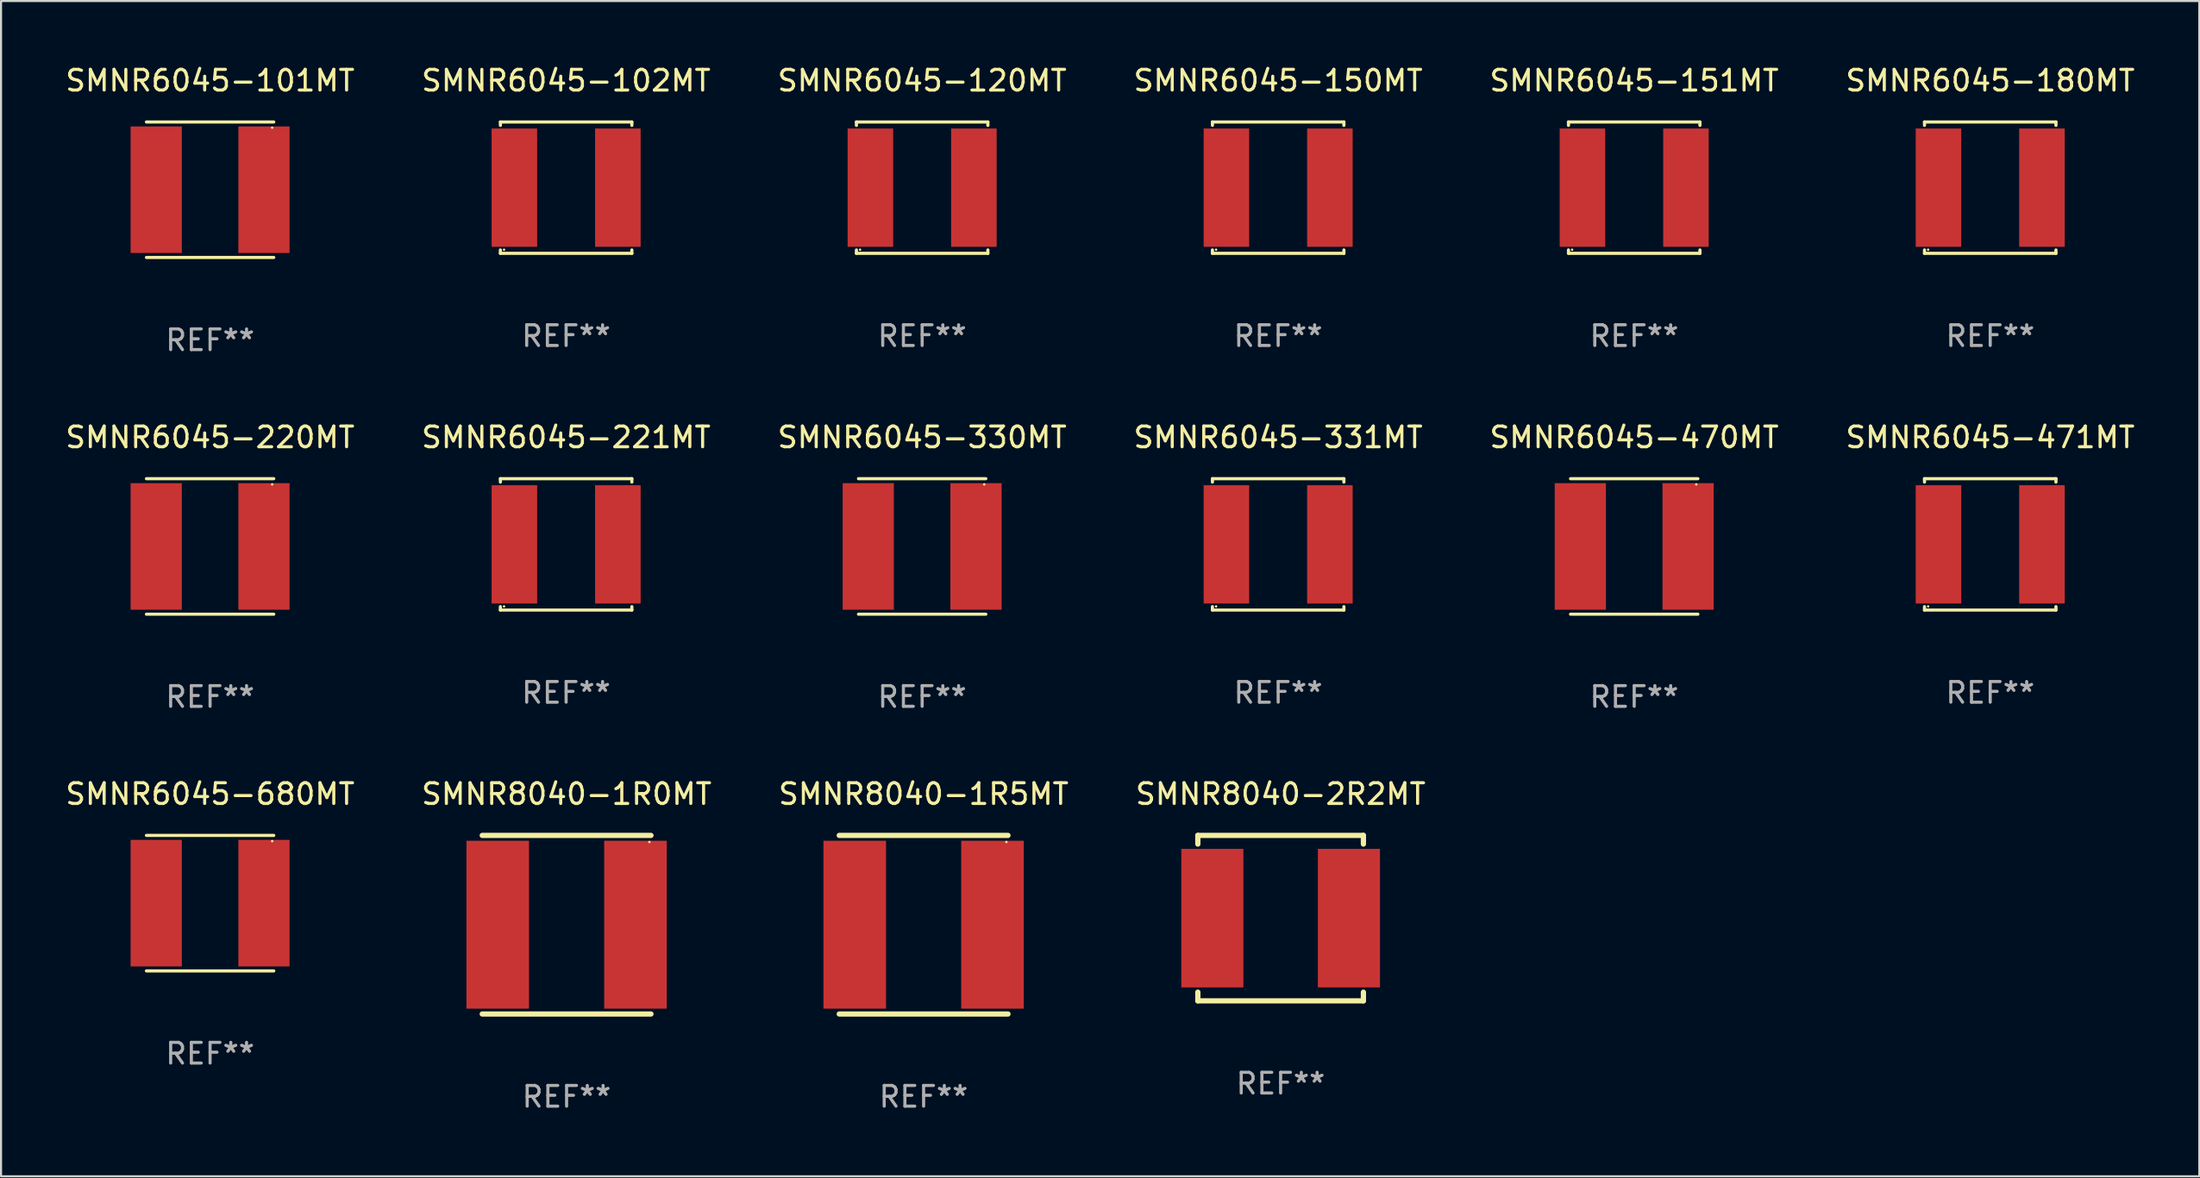
<source format=kicad_pcb>
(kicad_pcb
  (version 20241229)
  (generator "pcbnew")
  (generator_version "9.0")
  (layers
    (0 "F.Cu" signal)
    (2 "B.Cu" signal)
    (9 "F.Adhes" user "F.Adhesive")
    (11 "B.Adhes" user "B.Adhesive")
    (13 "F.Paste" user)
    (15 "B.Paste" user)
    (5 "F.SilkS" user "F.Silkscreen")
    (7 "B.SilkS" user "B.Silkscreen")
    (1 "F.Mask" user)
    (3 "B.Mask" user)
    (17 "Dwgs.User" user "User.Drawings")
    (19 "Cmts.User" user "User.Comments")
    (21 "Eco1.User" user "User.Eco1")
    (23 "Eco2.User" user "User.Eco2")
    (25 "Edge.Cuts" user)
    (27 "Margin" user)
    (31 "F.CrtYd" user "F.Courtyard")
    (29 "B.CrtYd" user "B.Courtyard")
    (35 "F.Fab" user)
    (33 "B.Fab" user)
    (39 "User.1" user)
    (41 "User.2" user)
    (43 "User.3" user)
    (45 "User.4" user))
  (footprint "SMNR6045-102MT"
    (layer "F.Cu")
    (at 24.304 6.024)
    (property "Reference" "SMNR6045-102MT" (at 0 -5.176 0) (layer "F.SilkS") (effects (font (size 1 1) (thickness 0.15))))
    (attr through_hole)
    (fp_line (start -3.176 -3.176) (end 3.176 -3.176) (stroke (width 0.152) (type solid)) (layer "F.SilkS"))
    (fp_line (start -3.176 -3.012) (end -3.176 -3.176) (stroke (width 0.152) (type solid)) (layer "F.SilkS"))
    (fp_line (start -3.176 3.012) (end -3.176 3.176) (stroke (width 0.152) (type solid)) (layer "F.SilkS"))
    (fp_line (start -3.176 3.176) (end 3.176 3.176) (stroke (width 0.152) (type solid)) (layer "F.SilkS"))
    (fp_line (start 3.176 -3.176) (end 3.176 -3.012) (stroke (width 0.152) (type solid)) (layer "F.SilkS"))
    (fp_line (start 3.176 3.176) (end 3.176 3.012) (stroke (width 0.152) (type solid)) (layer "F.SilkS"))
    (fp_circle (center -3 3) (end -2.97 3) (stroke (width 0.06) (type solid)) (fill no) (layer "F.SilkS"))
    (fp_text user "REF**" (at 0 7.176 0) (layer "F.Fab") (effects (font (size 1 1) (thickness 0.15))))
    (pad "1" smd rect (at -2.5 0) (size 2.2 5.72) (layers "F.Cu" "F.Mask" "F.Paste"))
    (pad "2" smd rect (at 2.5 0) (size 2.2 5.72) (layers "F.Cu" "F.Mask" "F.Paste")))
  (footprint "SMNR6045-471MT"
    (layer "F.Cu")
    (at 93.113 23.273)
    (property "Reference" "SMNR6045-471MT" (at 0 -5.176 0) (layer "F.SilkS") (effects (font (size 1 1) (thickness 0.15))))
    (attr through_hole)
    (fp_line (start -3.176 -3.176) (end 3.176 -3.176) (stroke (width 0.152) (type solid)) (layer "F.SilkS"))
    (fp_line (start -3.176 -3.012) (end -3.176 -3.176) (stroke (width 0.152) (type solid)) (layer "F.SilkS"))
    (fp_line (start -3.176 3.012) (end -3.176 3.176) (stroke (width 0.152) (type solid)) (layer "F.SilkS"))
    (fp_line (start -3.176 3.176) (end 3.176 3.176) (stroke (width 0.152) (type solid)) (layer "F.SilkS"))
    (fp_line (start 3.176 -3.176) (end 3.176 -3.012) (stroke (width 0.152) (type solid)) (layer "F.SilkS"))
    (fp_line (start 3.176 3.176) (end 3.176 3.012) (stroke (width 0.152) (type solid)) (layer "F.SilkS"))
    (fp_circle (center -3 3) (end -2.97 3) (stroke (width 0.06) (type solid)) (fill no) (layer "F.SilkS"))
    (fp_text user "REF**" (at 0 7.176 0) (layer "F.Fab") (effects (font (size 1 1) (thickness 0.15))))
    (pad "1" smd rect (at -2.5 0) (size 2.2 5.72) (layers "F.Cu" "F.Mask" "F.Paste"))
    (pad "2" smd rect (at 2.5 0) (size 2.2 5.72) (layers "F.Cu" "F.Mask" "F.Paste")))
  (footprint "SMNR8040-2R2MT"
    (layer "F.Cu")
    (at 58.827 41.346)
    (property "Reference" "SMNR8040-2R2MT" (at 0 -6 0) (layer "F.SilkS") (effects (font (size 1 1) (thickness 0.15))))
    (attr through_hole)
    (fp_line (start -4 -4) (end 4 -4) (stroke (width 0.254) (type solid)) (layer "F.SilkS"))
    (fp_line (start -4 -3.581) (end -4 -4) (stroke (width 0.254) (type solid)) (layer "F.SilkS"))
    (fp_line (start -4 4) (end -4 3.581) (stroke (width 0.254) (type solid)) (layer "F.SilkS"))
    (fp_line (start 4 -4) (end 4 -3.581) (stroke (width 0.254) (type solid)) (layer "F.SilkS"))
    (fp_line (start 4 3.581) (end 4 4) (stroke (width 0.254) (type solid)) (layer "F.SilkS"))
    (fp_line (start 4 4) (end -4 4) (stroke (width 0.254) (type solid)) (layer "F.SilkS"))
    (fp_circle (center -4 4) (end -3.97 4) (stroke (width 0.06) (type solid)) (fill no) (layer "F.SilkS"))
    (fp_text user "REF**" (at 0 8 0) (layer "F.Fab") (effects (font (size 1 1) (thickness 0.15))))
    (pad "1" smd rect (at -3.3 0) (size 3 6.7) (layers "F.Cu" "F.Mask" "F.Paste"))
    (pad "2" smd rect (at 3.3 0) (size 3 6.7) (layers "F.Cu" "F.Mask" "F.Paste")))
  (footprint "SMNR6045-120MT"
    (layer "F.Cu")
    (at 41.506 6.024)
    (property "Reference" "SMNR6045-120MT" (at 0 -5.176 0) (layer "F.SilkS") (effects (font (size 1 1) (thickness 0.15))))
    (attr through_hole)
    (fp_line (start -3.176 -3.176) (end 3.176 -3.176) (stroke (width 0.152) (type solid)) (layer "F.SilkS"))
    (fp_line (start -3.176 -3.012) (end -3.176 -3.176) (stroke (width 0.152) (type solid)) (layer "F.SilkS"))
    (fp_line (start -3.176 3.012) (end -3.176 3.176) (stroke (width 0.152) (type solid)) (layer "F.SilkS"))
    (fp_line (start -3.176 3.176) (end 3.176 3.176) (stroke (width 0.152) (type solid)) (layer "F.SilkS"))
    (fp_line (start 3.176 -3.176) (end 3.176 -3.012) (stroke (width 0.152) (type solid)) (layer "F.SilkS"))
    (fp_line (start 3.176 3.176) (end 3.176 3.012) (stroke (width 0.152) (type solid)) (layer "F.SilkS"))
    (fp_circle (center -3 3) (end -2.97 3) (stroke (width 0.06) (type solid)) (fill no) (layer "F.SilkS"))
    (fp_text user "REF**" (at 0 7.176 0) (layer "F.Fab") (effects (font (size 1 1) (thickness 0.15))))
    (pad "1" smd rect (at -2.5 0) (size 2.2 5.72) (layers "F.Cu" "F.Mask" "F.Paste"))
    (pad "2" smd rect (at 2.5 0) (size 2.2 5.72) (layers "F.Cu" "F.Mask" "F.Paste")))
  (footprint "SMNR6045-331MT"
    (layer "F.Cu")
    (at 58.708 23.273)
    (property "Reference" "SMNR6045-331MT" (at 0 -5.176 0) (layer "F.SilkS") (effects (font (size 1 1) (thickness 0.15))))
    (attr through_hole)
    (fp_line (start -3.176 -3.176) (end 3.176 -3.176) (stroke (width 0.152) (type solid)) (layer "F.SilkS"))
    (fp_line (start -3.176 -3.012) (end -3.176 -3.176) (stroke (width 0.152) (type solid)) (layer "F.SilkS"))
    (fp_line (start -3.176 3.012) (end -3.176 3.176) (stroke (width 0.152) (type solid)) (layer "F.SilkS"))
    (fp_line (start -3.176 3.176) (end 3.176 3.176) (stroke (width 0.152) (type solid)) (layer "F.SilkS"))
    (fp_line (start 3.176 -3.176) (end 3.176 -3.012) (stroke (width 0.152) (type solid)) (layer "F.SilkS"))
    (fp_line (start 3.176 3.176) (end 3.176 3.012) (stroke (width 0.152) (type solid)) (layer "F.SilkS"))
    (fp_circle (center -3 3) (end -2.97 3) (stroke (width 0.06) (type solid)) (fill no) (layer "F.SilkS"))
    (fp_text user "REF**" (at 0 7.176 0) (layer "F.Fab") (effects (font (size 1 1) (thickness 0.15))))
    (pad "1" smd rect (at -2.5 0) (size 2.2 5.72) (layers "F.Cu" "F.Mask" "F.Paste"))
    (pad "2" smd rect (at 2.5 0) (size 2.2 5.72) (layers "F.Cu" "F.Mask" "F.Paste")))
  (footprint "SMNR6045-330MT"
    (layer "F.Cu")
    (at 41.506 23.373)
    (property "Reference" "SMNR6045-330MT" (at 0 -5.276 0) (layer "F.SilkS") (effects (font (size 1 1) (thickness 0.15))))
    (attr through_hole)
    (fp_line (start -3.076 -3.276) (end 3.076 -3.276) (stroke (width 0.152) (type solid)) (layer "F.SilkS"))
    (fp_line (start 3.076 3.276) (end -3.076 3.276) (stroke (width 0.152) (type solid)) (layer "F.SilkS"))
    (fp_circle (center 3 -3) (end 3.03 -3) (stroke (width 0.06) (type solid)) (fill no) (layer "F.SilkS"))
    (fp_text user "REF**" (at 0 7.276 0) (layer "F.Fab") (effects (font (size 1 1) (thickness 0.15))))
    (pad "1" smd rect (at 2.603 0) (size 2.474 6.12) (layers "F.Cu" "F.Mask" "F.Paste"))
    (pad "2" smd rect (at -2.603 0) (size 2.474 6.12) (layers "F.Cu" "F.Mask" "F.Paste")))
  (footprint "SMNR6045-180MT"
    (layer "F.Cu")
    (at 93.113 6.024)
    (property "Reference" "SMNR6045-180MT" (at 0 -5.176 0) (layer "F.SilkS") (effects (font (size 1 1) (thickness 0.15))))
    (attr through_hole)
    (fp_line (start -3.176 -3.176) (end 3.176 -3.176) (stroke (width 0.152) (type solid)) (layer "F.SilkS"))
    (fp_line (start -3.176 -3.012) (end -3.176 -3.176) (stroke (width 0.152) (type solid)) (layer "F.SilkS"))
    (fp_line (start -3.176 3.012) (end -3.176 3.176) (stroke (width 0.152) (type solid)) (layer "F.SilkS"))
    (fp_line (start -3.176 3.176) (end 3.176 3.176) (stroke (width 0.152) (type solid)) (layer "F.SilkS"))
    (fp_line (start 3.176 -3.176) (end 3.176 -3.012) (stroke (width 0.152) (type solid)) (layer "F.SilkS"))
    (fp_line (start 3.176 3.176) (end 3.176 3.012) (stroke (width 0.152) (type solid)) (layer "F.SilkS"))
    (fp_circle (center -3 3) (end -2.97 3) (stroke (width 0.06) (type solid)) (fill no) (layer "F.SilkS"))
    (fp_text user "REF**" (at 0 7.176 0) (layer "F.Fab") (effects (font (size 1 1) (thickness 0.15))))
    (pad "1" smd rect (at -2.5 0) (size 2.2 5.72) (layers "F.Cu" "F.Mask" "F.Paste"))
    (pad "2" smd rect (at 2.5 0) (size 2.2 5.72) (layers "F.Cu" "F.Mask" "F.Paste")))
  (footprint "SMNR6045-221MT"
    (layer "F.Cu")
    (at 24.304 23.273)
    (property "Reference" "SMNR6045-221MT" (at 0 -5.176 0) (layer "F.SilkS") (effects (font (size 1 1) (thickness 0.15))))
    (attr through_hole)
    (fp_line (start -3.176 -3.176) (end 3.176 -3.176) (stroke (width 0.152) (type solid)) (layer "F.SilkS"))
    (fp_line (start -3.176 -3.012) (end -3.176 -3.176) (stroke (width 0.152) (type solid)) (layer "F.SilkS"))
    (fp_line (start -3.176 3.012) (end -3.176 3.176) (stroke (width 0.152) (type solid)) (layer "F.SilkS"))
    (fp_line (start -3.176 3.176) (end 3.176 3.176) (stroke (width 0.152) (type solid)) (layer "F.SilkS"))
    (fp_line (start 3.176 -3.176) (end 3.176 -3.012) (stroke (width 0.152) (type solid)) (layer "F.SilkS"))
    (fp_line (start 3.176 3.176) (end 3.176 3.012) (stroke (width 0.152) (type solid)) (layer "F.SilkS"))
    (fp_circle (center -3 3) (end -2.97 3) (stroke (width 0.06) (type solid)) (fill no) (layer "F.SilkS"))
    (fp_text user "REF**" (at 0 7.176 0) (layer "F.Fab") (effects (font (size 1 1) (thickness 0.15))))
    (pad "1" smd rect (at -2.5 0) (size 2.2 5.72) (layers "F.Cu" "F.Mask" "F.Paste"))
    (pad "2" smd rect (at 2.5 0) (size 2.2 5.72) (layers "F.Cu" "F.Mask" "F.Paste")))
  (footprint "SMNR6045-680MT"
    (layer "F.Cu")
    (at 7.101 40.622)
    (property "Reference" "SMNR6045-680MT" (at 0 -5.276 0) (layer "F.SilkS") (effects (font (size 1 1) (thickness 0.15))))
    (attr through_hole)
    (fp_line (start -3.076 -3.276) (end 3.076 -3.276) (stroke (width 0.152) (type solid)) (layer "F.SilkS"))
    (fp_line (start 3.076 3.276) (end -3.076 3.276) (stroke (width 0.152) (type solid)) (layer "F.SilkS"))
    (fp_circle (center 3 -3) (end 3.03 -3) (stroke (width 0.06) (type solid)) (fill no) (layer "F.SilkS"))
    (fp_text user "REF**" (at 0 7.276 0) (layer "F.Fab") (effects (font (size 1 1) (thickness 0.15))))
    (pad "1" smd rect (at 2.603 0) (size 2.474 6.12) (layers "F.Cu" "F.Mask" "F.Paste"))
    (pad "2" smd rect (at -2.603 0) (size 2.474 6.12) (layers "F.Cu" "F.Mask" "F.Paste")))
  (footprint "SMNR6045-220MT"
    (layer "F.Cu")
    (at 7.101 23.373)
    (property "Reference" "SMNR6045-220MT" (at 0 -5.276 0) (layer "F.SilkS") (effects (font (size 1 1) (thickness 0.15))))
    (attr through_hole)
    (fp_line (start -3.076 -3.276) (end 3.076 -3.276) (stroke (width 0.152) (type solid)) (layer "F.SilkS"))
    (fp_line (start 3.076 3.276) (end -3.076 3.276) (stroke (width 0.152) (type solid)) (layer "F.SilkS"))
    (fp_circle (center 3 -3) (end 3.03 -3) (stroke (width 0.06) (type solid)) (fill no) (layer "F.SilkS"))
    (fp_text user "REF**" (at 0 7.276 0) (layer "F.Fab") (effects (font (size 1 1) (thickness 0.15))))
    (pad "1" smd rect (at 2.603 0) (size 2.474 6.12) (layers "F.Cu" "F.Mask" "F.Paste"))
    (pad "2" smd rect (at -2.603 0) (size 2.474 6.12) (layers "F.Cu" "F.Mask" "F.Paste")))
  (footprint "SMNR6045-470MT"
    (layer "F.Cu")
    (at 75.911 23.373)
    (property "Reference" "SMNR6045-470MT" (at 0 -5.276 0) (layer "F.SilkS") (effects (font (size 1 1) (thickness 0.15))))
    (attr through_hole)
    (fp_line (start -3.076 -3.276) (end 3.076 -3.276) (stroke (width 0.152) (type solid)) (layer "F.SilkS"))
    (fp_line (start 3.076 3.276) (end -3.076 3.276) (stroke (width 0.152) (type solid)) (layer "F.SilkS"))
    (fp_circle (center 3 -3) (end 3.03 -3) (stroke (width 0.06) (type solid)) (fill no) (layer "F.SilkS"))
    (fp_text user "REF**" (at 0 7.276 0) (layer "F.Fab") (effects (font (size 1 1) (thickness 0.15))))
    (pad "1" smd rect (at 2.603 0) (size 2.474 6.12) (layers "F.Cu" "F.Mask" "F.Paste"))
    (pad "2" smd rect (at -2.603 0) (size 2.474 6.12) (layers "F.Cu" "F.Mask" "F.Paste")))
  (footprint "SMNR8040-1R0MT"
    (layer "F.Cu")
    (at 24.327 41.664)
    (property "Reference" "SMNR8040-1R0MT" (at 0 -6.318 0) (layer "F.SilkS") (effects (font (size 1 1) (thickness 0.15))))
    (attr through_hole)
    (fp_line (start -4.076 -4.318) (end 4.076 -4.318) (stroke (width 0.254) (type solid)) (layer "F.SilkS"))
    (fp_line (start -4.076 4.318) (end 4.076 4.318) (stroke (width 0.254) (type solid)) (layer "F.SilkS"))
    (fp_circle (center 4 -4) (end 4.03 -4) (stroke (width 0.06) (type solid)) (fill no) (layer "F.SilkS"))
    (fp_text user "REF**" (at 0 8.318 0) (layer "F.Fab") (effects (font (size 1 1) (thickness 0.15))))
    (pad "1" smd rect (at 3.328 0) (size 3.024 8.12) (layers "F.Cu" "F.Mask" "F.Paste"))
    (pad "2" smd rect (at -3.328 0) (size 3.024 8.12) (layers "F.Cu" "F.Mask" "F.Paste")))
  (footprint "SMNR8040-1R5MT"
    (layer "F.Cu")
    (at 41.577 41.664)
    (property "Reference" "SMNR8040-1R5MT" (at 0 -6.318 0) (layer "F.SilkS") (effects (font (size 1 1) (thickness 0.15))))
    (attr through_hole)
    (fp_line (start -4.076 -4.318) (end 4.076 -4.318) (stroke (width 0.254) (type solid)) (layer "F.SilkS"))
    (fp_line (start -4.076 4.318) (end 4.076 4.318) (stroke (width 0.254) (type solid)) (layer "F.SilkS"))
    (fp_circle (center 4 -4) (end 4.03 -4) (stroke (width 0.06) (type solid)) (fill no) (layer "F.SilkS"))
    (fp_text user "REF**" (at 0 8.318 0) (layer "F.Fab") (effects (font (size 1 1) (thickness 0.15))))
    (pad "1" smd rect (at 3.328 0) (size 3.024 8.12) (layers "F.Cu" "F.Mask" "F.Paste"))
    (pad "2" smd rect (at -3.328 0) (size 3.024 8.12) (layers "F.Cu" "F.Mask" "F.Paste")))
  (footprint "SMNR6045-151MT"
    (layer "F.Cu")
    (at 75.911 6.024)
    (property "Reference" "SMNR6045-151MT" (at 0 -5.176 0) (layer "F.SilkS") (effects (font (size 1 1) (thickness 0.15))))
    (attr through_hole)
    (fp_line (start -3.176 -3.176) (end 3.176 -3.176) (stroke (width 0.152) (type solid)) (layer "F.SilkS"))
    (fp_line (start -3.176 -3.012) (end -3.176 -3.176) (stroke (width 0.152) (type solid)) (layer "F.SilkS"))
    (fp_line (start -3.176 3.012) (end -3.176 3.176) (stroke (width 0.152) (type solid)) (layer "F.SilkS"))
    (fp_line (start -3.176 3.176) (end 3.176 3.176) (stroke (width 0.152) (type solid)) (layer "F.SilkS"))
    (fp_line (start 3.176 -3.176) (end 3.176 -3.012) (stroke (width 0.152) (type solid)) (layer "F.SilkS"))
    (fp_line (start 3.176 3.176) (end 3.176 3.012) (stroke (width 0.152) (type solid)) (layer "F.SilkS"))
    (fp_circle (center -3 3) (end -2.97 3) (stroke (width 0.06) (type solid)) (fill no) (layer "F.SilkS"))
    (fp_text user "REF**" (at 0 7.176 0) (layer "F.Fab") (effects (font (size 1 1) (thickness 0.15))))
    (pad "1" smd rect (at -2.5 0) (size 2.2 5.72) (layers "F.Cu" "F.Mask" "F.Paste"))
    (pad "2" smd rect (at 2.5 0) (size 2.2 5.72) (layers "F.Cu" "F.Mask" "F.Paste")))
  (footprint "SMNR6045-150MT"
    (layer "F.Cu")
    (at 58.708 6.024)
    (property "Reference" "SMNR6045-150MT" (at 0 -5.176 0) (layer "F.SilkS") (effects (font (size 1 1) (thickness 0.15))))
    (attr through_hole)
    (fp_line (start -3.176 -3.176) (end 3.176 -3.176) (stroke (width 0.152) (type solid)) (layer "F.SilkS"))
    (fp_line (start -3.176 -3.012) (end -3.176 -3.176) (stroke (width 0.152) (type solid)) (layer "F.SilkS"))
    (fp_line (start -3.176 3.012) (end -3.176 3.176) (stroke (width 0.152) (type solid)) (layer "F.SilkS"))
    (fp_line (start -3.176 3.176) (end 3.176 3.176) (stroke (width 0.152) (type solid)) (layer "F.SilkS"))
    (fp_line (start 3.176 -3.176) (end 3.176 -3.012) (stroke (width 0.152) (type solid)) (layer "F.SilkS"))
    (fp_line (start 3.176 3.176) (end 3.176 3.012) (stroke (width 0.152) (type solid)) (layer "F.SilkS"))
    (fp_circle (center -3 3) (end -2.97 3) (stroke (width 0.06) (type solid)) (fill no) (layer "F.SilkS"))
    (fp_text user "REF**" (at 0 7.176 0) (layer "F.Fab") (effects (font (size 1 1) (thickness 0.15))))
    (pad "1" smd rect (at -2.5 0) (size 2.2 5.72) (layers "F.Cu" "F.Mask" "F.Paste"))
    (pad "2" smd rect (at 2.5 0) (size 2.2 5.72) (layers "F.Cu" "F.Mask" "F.Paste")))
  (footprint "SMNR6045-101MT"
    (layer "F.Cu")
    (at 7.101 6.124)
    (property "Reference" "SMNR6045-101MT" (at 0 -5.276 0) (layer "F.SilkS") (effects (font (size 1 1) (thickness 0.15))))
    (attr through_hole)
    (fp_line (start -3.076 -3.276) (end 3.076 -3.276) (stroke (width 0.152) (type solid)) (layer "F.SilkS"))
    (fp_line (start 3.076 3.276) (end -3.076 3.276) (stroke (width 0.152) (type solid)) (layer "F.SilkS"))
    (fp_circle (center 3 -3) (end 3.03 -3) (stroke (width 0.06) (type solid)) (fill no) (layer "F.SilkS"))
    (fp_text user "REF**" (at 0 7.276 0) (layer "F.Fab") (effects (font (size 1 1) (thickness 0.15))))
    (pad "1" smd rect (at 2.603 0) (size 2.474 6.12) (layers "F.Cu" "F.Mask" "F.Paste"))
    (pad "2" smd rect (at -2.603 0) (size 2.474 6.12) (layers "F.Cu" "F.Mask" "F.Paste")))
  (gr_rect
    (start -3 -3)
    (end 103.214 53.83)
    (stroke (width 0.1) (type default))
    (fill no)
    (layer "Edge.Cuts")))
</source>
